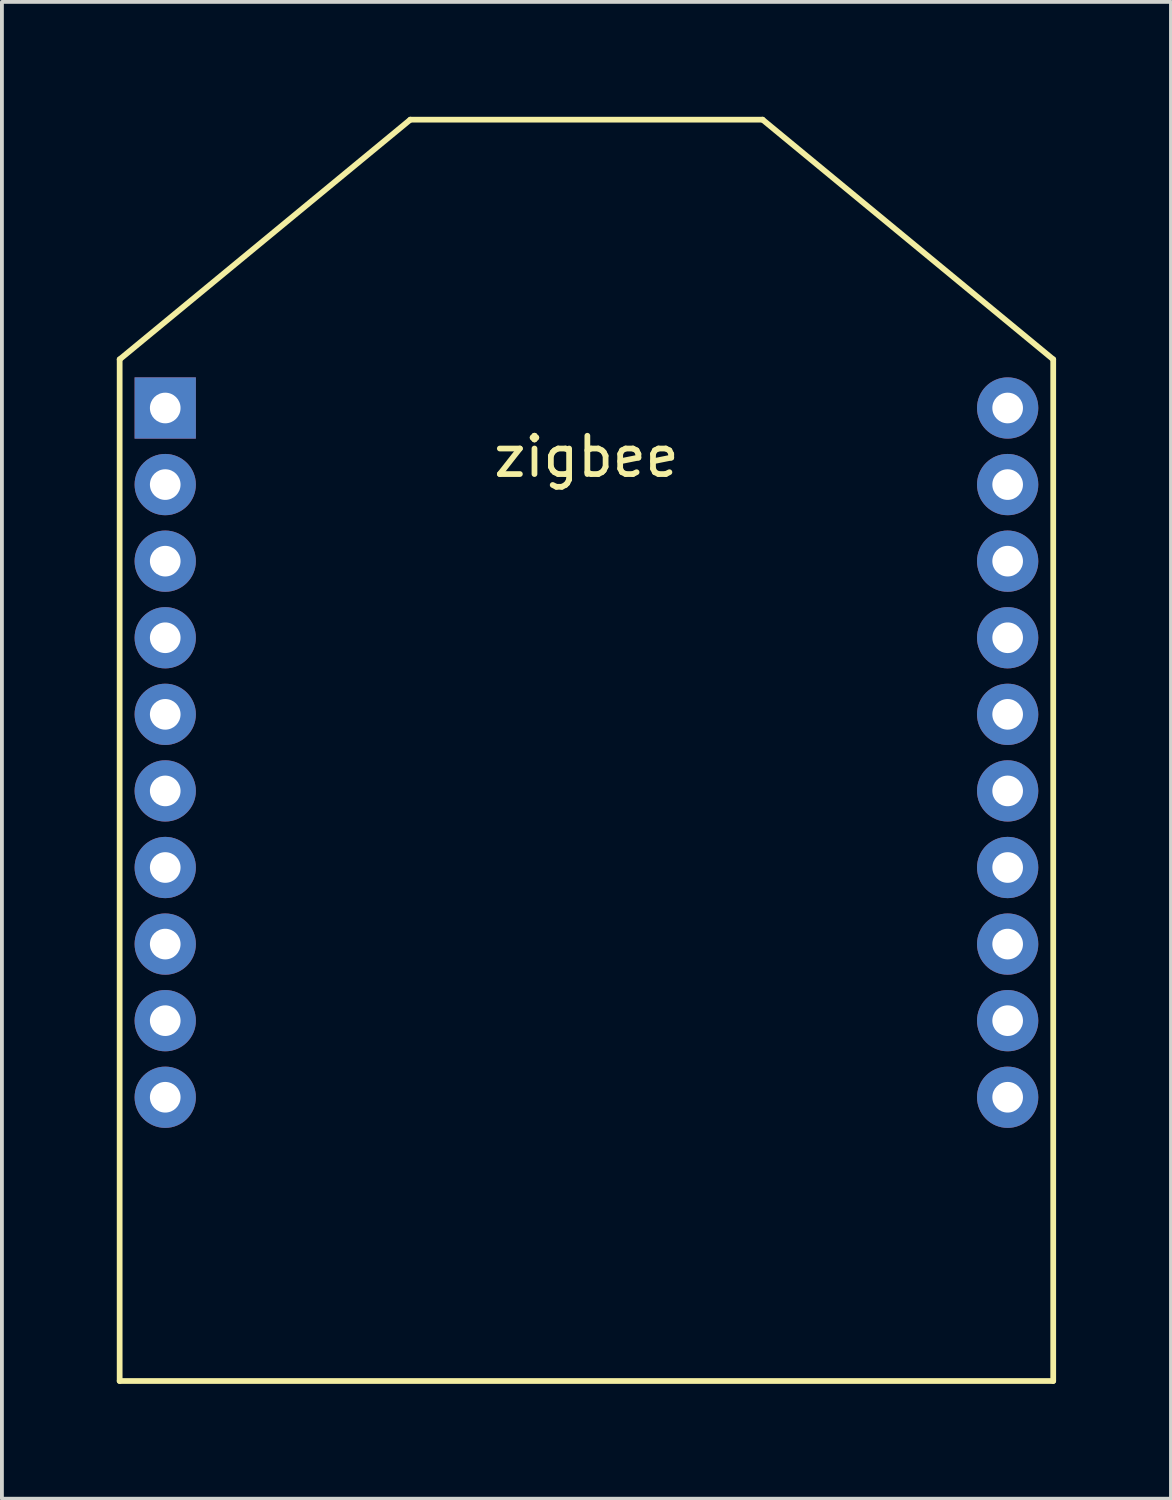
<source format=kicad_pcb>
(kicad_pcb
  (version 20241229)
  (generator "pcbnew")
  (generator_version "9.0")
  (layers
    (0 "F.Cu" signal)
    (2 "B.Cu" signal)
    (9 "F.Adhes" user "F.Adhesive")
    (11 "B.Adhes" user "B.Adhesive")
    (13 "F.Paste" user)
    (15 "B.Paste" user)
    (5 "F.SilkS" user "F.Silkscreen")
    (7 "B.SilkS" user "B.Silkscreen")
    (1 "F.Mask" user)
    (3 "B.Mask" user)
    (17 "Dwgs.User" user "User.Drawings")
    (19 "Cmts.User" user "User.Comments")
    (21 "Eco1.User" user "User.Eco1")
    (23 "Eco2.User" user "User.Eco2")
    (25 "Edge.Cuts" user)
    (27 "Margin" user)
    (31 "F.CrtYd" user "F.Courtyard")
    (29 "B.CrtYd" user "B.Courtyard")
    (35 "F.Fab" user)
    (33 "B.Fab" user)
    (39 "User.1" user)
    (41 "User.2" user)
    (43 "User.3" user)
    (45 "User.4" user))
  (footprint "zigbee"
    (layer "F.Cu")
    (at 12.265 7.605)
    (property "Reference" "zigbee" (at 0 1.27 0) (layer "F.SilkS") (effects (font (size 1 1) (thickness 0.15))))
    (attr through_hole)
    (fp_line (start -12.19 -1.27) (end -4.6 -7.53) (stroke (width 0.15) (type solid)) (layer "F.SilkS"))
    (fp_line (start -12.19 25.41) (end -12.19 -1.27) (stroke (width 0.15) (type solid)) (layer "F.SilkS"))
    (fp_line (start -4.6 -7.53) (end 4.6 -7.53) (stroke (width 0.15) (type solid)) (layer "F.SilkS"))
    (fp_line (start 4.6 -7.53) (end 12.19 -1.27) (stroke (width 0.15) (type solid)) (layer "F.SilkS"))
    (fp_line (start 12.19 -1.27) (end 12.19 25.41) (stroke (width 0.15) (type solid)) (layer "F.SilkS"))
    (fp_line (start 12.19 25.41) (end -12.19 25.41) (stroke (width 0.15) (type solid)) (layer "F.SilkS"))
    (pad "1" thru_hole rect (at -11 0) (size 1.6 1.6) (drill 0.8) (layers "*.Cu" "*.Mask"))
    (pad "2" thru_hole circle (at -11 2) (size 1.6 1.6) (drill 0.8) (layers "*.Cu" "*.Mask"))
    (pad "3" thru_hole circle (at -11 4) (size 1.6 1.6) (drill 0.8) (layers "*.Cu" "*.Mask"))
    (pad "4" thru_hole circle (at -11 6) (size 1.6 1.6) (drill 0.8) (layers "*.Cu" "*.Mask"))
    (pad "5" thru_hole circle (at -11 8) (size 1.6 1.6) (drill 0.8) (layers "*.Cu" "*.Mask"))
    (pad "6" thru_hole circle (at -11 10) (size 1.6 1.6) (drill 0.8) (layers "*.Cu" "*.Mask"))
    (pad "7" thru_hole circle (at -11 12) (size 1.6 1.6) (drill 0.8) (layers "*.Cu" "*.Mask"))
    (pad "8" thru_hole circle (at -11 14) (size 1.6 1.6) (drill 0.8) (layers "*.Cu" "*.Mask"))
    (pad "9" thru_hole circle (at -11 16) (size 1.6 1.6) (drill 0.8) (layers "*.Cu" "*.Mask"))
    (pad "10" thru_hole circle (at -11 18) (size 1.6 1.6) (drill 0.8) (layers "*.Cu" "*.Mask"))
    (pad "11" thru_hole circle (at 11 18) (size 1.6 1.6) (drill 0.8) (layers "*.Cu" "*.Mask"))
    (pad "12" thru_hole circle (at 11 16) (size 1.6 1.6) (drill 0.8) (layers "*.Cu" "*.Mask"))
    (pad "13" thru_hole circle (at 11 14) (size 1.6 1.6) (drill 0.8) (layers "*.Cu" "*.Mask"))
    (pad "14" thru_hole circle (at 11 12) (size 1.6 1.6) (drill 0.8) (layers "*.Cu" "*.Mask"))
    (pad "15" thru_hole circle (at 11 10) (size 1.6 1.6) (drill 0.8) (layers "*.Cu" "*.Mask"))
    (pad "16" thru_hole circle (at 11 8) (size 1.6 1.6) (drill 0.8) (layers "*.Cu" "*.Mask"))
    (pad "17" thru_hole circle (at 11 6) (size 1.6 1.6) (drill 0.8) (layers "*.Cu" "*.Mask"))
    (pad "18" thru_hole circle (at 11 4) (size 1.6 1.6) (drill 0.8) (layers "*.Cu" "*.Mask"))
    (pad "19" thru_hole circle (at 11 2) (size 1.6 1.6) (drill 0.8) (layers "*.Cu" "*.Mask"))
    (pad "20" thru_hole circle (at 11 0) (size 1.6 1.6) (drill 0.8) (layers "*.Cu" "*.Mask")))
  (gr_rect
    (start -3 -3)
    (end 27.53 36.09)
    (stroke (width 0.1) (type default))
    (fill no)
    (layer "Edge.Cuts")))
</source>
